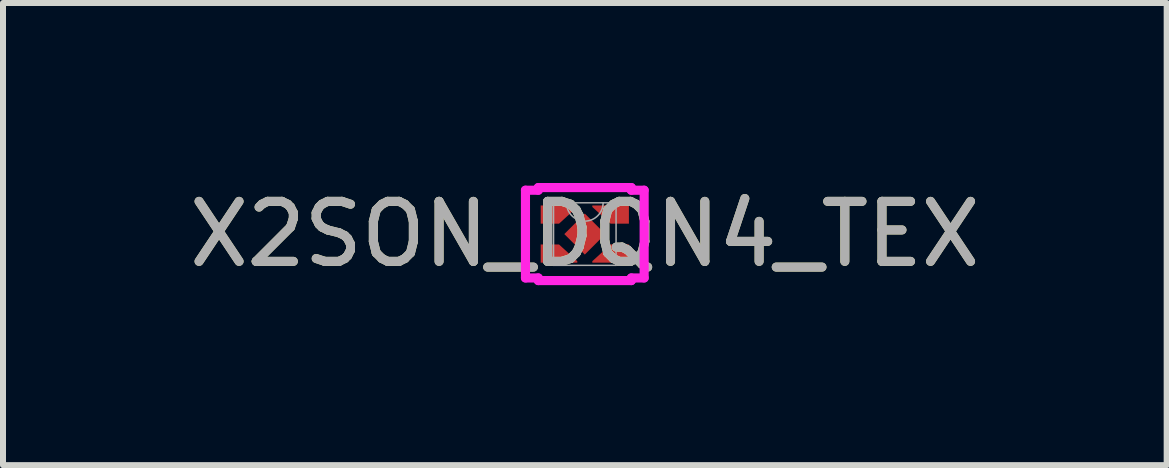
<source format=kicad_pcb>
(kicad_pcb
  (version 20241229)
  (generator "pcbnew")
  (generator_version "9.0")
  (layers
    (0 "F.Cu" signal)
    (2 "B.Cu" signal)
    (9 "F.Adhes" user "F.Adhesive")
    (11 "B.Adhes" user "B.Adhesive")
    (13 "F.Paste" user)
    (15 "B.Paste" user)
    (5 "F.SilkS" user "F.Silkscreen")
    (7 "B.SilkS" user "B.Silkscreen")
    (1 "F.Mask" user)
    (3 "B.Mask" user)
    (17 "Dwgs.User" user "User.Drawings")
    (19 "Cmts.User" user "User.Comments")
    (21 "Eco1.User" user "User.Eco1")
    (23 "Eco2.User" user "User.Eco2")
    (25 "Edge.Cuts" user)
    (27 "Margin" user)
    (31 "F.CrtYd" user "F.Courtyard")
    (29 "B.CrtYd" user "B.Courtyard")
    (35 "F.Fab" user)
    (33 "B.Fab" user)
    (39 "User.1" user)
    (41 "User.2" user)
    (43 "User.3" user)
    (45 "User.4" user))
  (footprint "X2SON_DQN4_TEX"
    (layer "F.Cu")
    (at 6.696 0.851)
    (property "Reference" "X2SON_DQN4_TEX" (at 0 0 0) (unlocked yes) (layer "F.SilkS") (effects (font (size 1 1) (thickness 0.15))))
    (attr smd)
    (fp_poly (pts (xy -0.125 -0.477) (xy -0.735 -0.477) (xy -0.735 -0.173) (xy -0.43 -0.173) (xy -0.125 -0.452)) (stroke (width 0) (type solid)) (fill yes) (layer "F.Cu"))
    (fp_poly (pts (xy -0.125 0.477) (xy -0.735 0.477) (xy -0.735 0.173) (xy -0.43 0.173) (xy -0.125 0.452)) (stroke (width 0) (type solid)) (fill yes) (layer "F.Cu"))
    (fp_poly (pts (xy 0.125 -0.477) (xy 0.735 -0.477) (xy 0.735 -0.173) (xy 0.43 -0.173) (xy 0.125 -0.452)) (stroke (width 0) (type solid)) (fill yes) (layer "F.Cu"))
    (fp_poly (pts (xy 0.125 0.477) (xy 0.735 0.477) (xy 0.735 0.173) (xy 0.43 0.173) (xy 0.125 0.452)) (stroke (width 0) (type solid)) (fill yes) (layer "F.Cu"))
    (fp_line (start -0.989 -0.731) (end -0.775 -0.731) (stroke (width 0.152) (type solid)) (layer "F.CrtYd"))
    (fp_line (start -0.989 0.731) (end -0.989 -0.731) (stroke (width 0.152) (type solid)) (layer "F.CrtYd"))
    (fp_line (start -0.989 0.731) (end -0.775 0.731) (stroke (width 0.152) (type solid)) (layer "F.CrtYd"))
    (fp_line (start -0.775 -0.775) (end 0.775 -0.775) (stroke (width 0.152) (type solid)) (layer "F.CrtYd"))
    (fp_line (start -0.775 -0.731) (end -0.775 -0.775) (stroke (width 0.152) (type solid)) (layer "F.CrtYd"))
    (fp_line (start -0.775 0.775) (end -0.775 0.731) (stroke (width 0.152) (type solid)) (layer "F.CrtYd"))
    (fp_line (start 0.775 -0.775) (end 0.775 -0.731) (stroke (width 0.152) (type solid)) (layer "F.CrtYd"))
    (fp_line (start 0.775 0.731) (end 0.775 0.775) (stroke (width 0.152) (type solid)) (layer "F.CrtYd"))
    (fp_line (start 0.775 0.775) (end -0.775 0.775) (stroke (width 0.152) (type solid)) (layer "F.CrtYd"))
    (fp_line (start 0.989 -0.731) (end 0.775 -0.731) (stroke (width 0.152) (type solid)) (layer "F.CrtYd"))
    (fp_line (start 0.989 -0.731) (end 0.989 0.731) (stroke (width 0.152) (type solid)) (layer "F.CrtYd"))
    (fp_line (start 0.989 0.731) (end 0.775 0.731) (stroke (width 0.152) (type solid)) (layer "F.CrtYd"))
    (fp_line (start -0.521 -0.521) (end -0.521 0.521) (stroke (width 0.025) (type solid)) (layer "F.Fab"))
    (fp_line (start -0.521 0.521) (end 0.521 0.521) (stroke (width 0.025) (type solid)) (layer "F.Fab"))
    (fp_line (start 0.521 -0.521) (end -0.521 -0.521) (stroke (width 0.025) (type solid)) (layer "F.Fab"))
    (fp_line (start 0.521 0.521) (end 0.521 -0.521) (stroke (width 0.025) (type solid)) (layer "F.Fab"))
    (fp_arc (start 0.3048 -0.5207) (mid 0 -0.2159) (end -0.3048 -0.5207) (stroke (width 0.0254) (type solid)) (layer "F.Fab"))
    (fp_circle (center -0.125 -0.325) (end -0.125 -0.325) (stroke (width 0.025) (type solid)) (fill no) (layer "F.Fab"))
    (fp_text user "${REFERENCE}" (at 0 0 0) (unlocked yes) (layer "F.Fab") (effects (font (size 1 1) (thickness 0.15))))
    (pad "1" smd rect (at -0.43 -0.325) (size 0.051 0.051) (layers "F.Cu" "F.Mask" "F.Paste"))
    (pad "2" smd rect (at -0.43 0.325) (size 0.051 0.051) (layers "F.Cu" "F.Mask" "F.Paste"))
    (pad "3" smd rect (at 0.43 0.325) (size 0.051 0.051) (layers "F.Cu" "F.Mask" "F.Paste"))
    (pad "4" smd rect (at 0.43 -0.325) (size 0.051 0.051) (layers "F.Cu" "F.Mask" "F.Paste"))
    (pad "5" smd rect (at 0 0 45) (size 0.483 0.483) (layers "F.Cu" "F.Mask")))
  (gr_rect
    (start -3 -3)
    (end 16.393 4.702)
    (stroke (width 0.1) (type default))
    (fill no)
    (layer "Edge.Cuts")))
</source>
